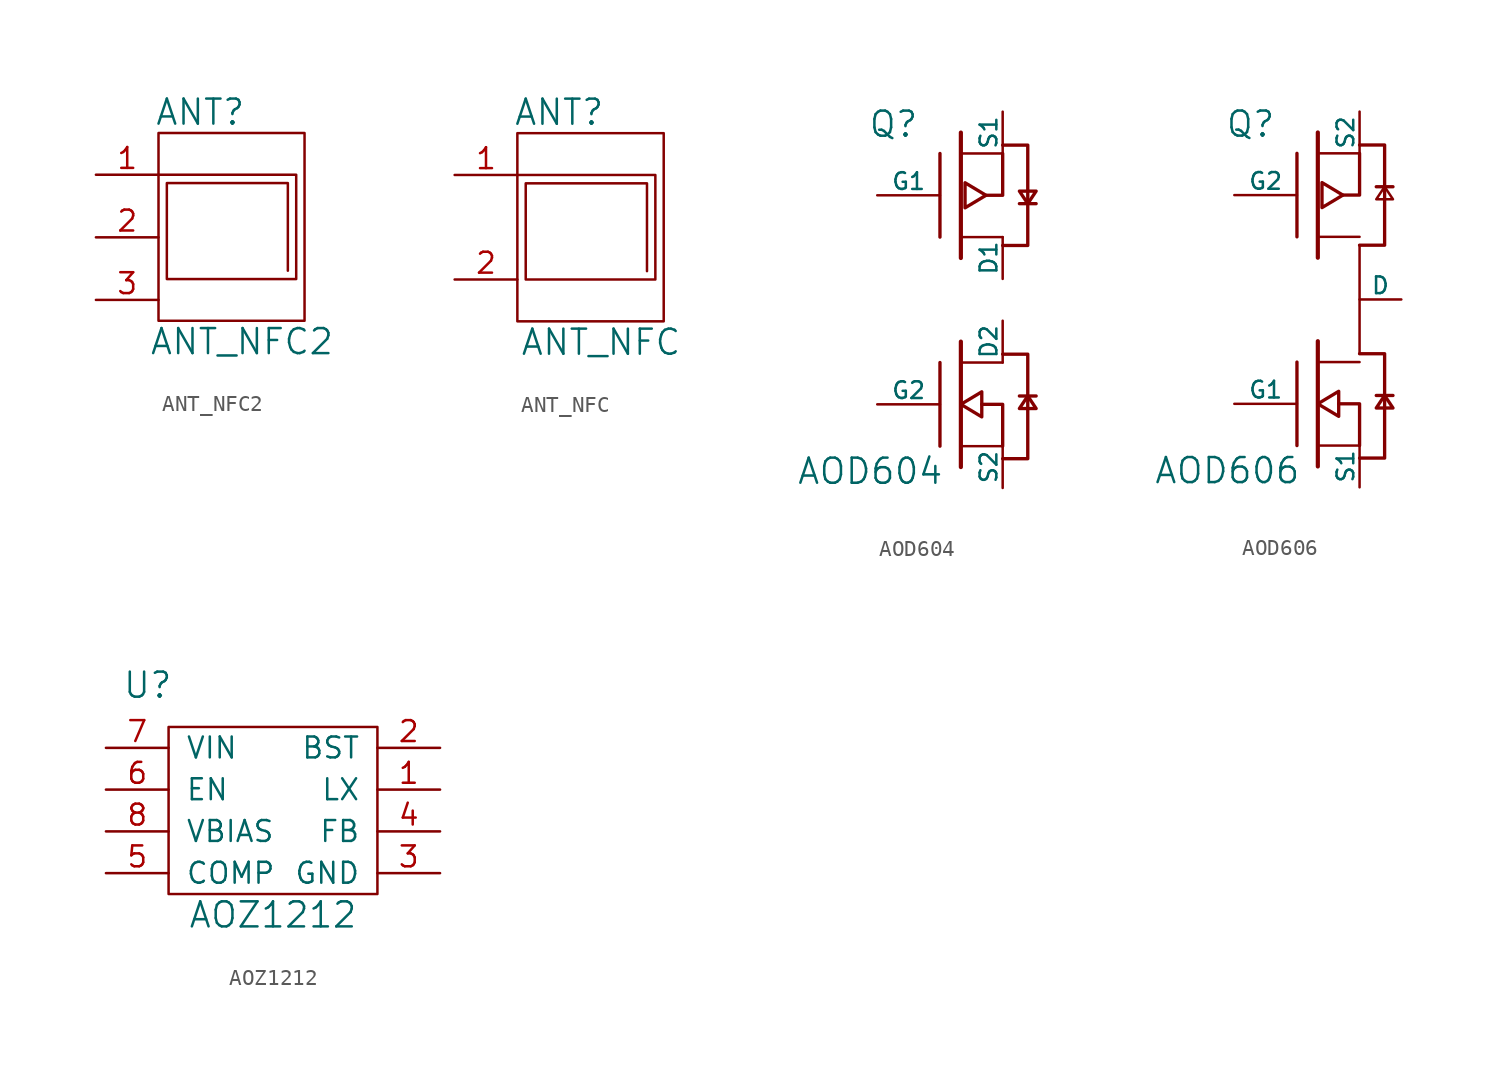
<source format=kicad_sym>
(kicad_symbol_lib
  (version 20211014)
  (generator kicad_symbol_editor)
  (symbol "ANT_NFC2"
    (pin_names
      (offset 1.016))
    (property "Reference" "ANT"
      (at -5.08 5.08 0)
      (effects (font (size 1.524 1.524))))
    (property "Value" "ANT_NFC2"
      (at -2.54 -8.89 0)
      (effects (font (size 1.524 1.524))))
    (property "Footprint" ""
      (at 0 0 0)
      (effects (font (size 1.524 1.524))))
    (property "Datasheet" ""
      (at 0 0 0)
      (effects (font (size 1.524 1.524))))
    (symbol "ANT_NFC2_0_1"
      (rectangle (start -7.62 3.81) (end 1.27 -7.62) (stroke (width 0) (type default) (color 0 0 0 0)) (fill (type none)))
      (polyline (pts (xy -7.62 1.27) (xy 0.762 1.27) (xy 0.762 -5.08) (xy -7.112 -5.08) (xy -7.112 0.762) (xy 0.254 0.762) (xy 0.254 -4.572)) (stroke (width 0) (type default) (color 0 0 0 0)) (fill (type none))))
    (symbol "ANT_NFC2_1_1"
      (pin passive line (at -11.43 1.27 0) (length 3.81) (name "~" (effects (font (size 1.27 1.27)))) (number "1" (effects (font (size 1.27 1.27)))))
      (pin passive line (at -11.43 -2.54 0) (length 3.81) (name "~" (effects (font (size 1.27 1.27)))) (number "2" (effects (font (size 1.27 1.27)))))
      (pin input line (at -11.43 -6.35 0) (length 3.81) (name "~" (effects (font (size 1.27 1.27)))) (number "3" (effects (font (size 1.27 1.27)))))))
  (symbol "ANT_NFC"
    (pin_names
      (offset 1.016))
    (property "Reference" "ANT"
      (at -5.08 5.08 0)
      (effects (font (size 1.524 1.524))))
    (property "Value" "ANT_NFC"
      (at -2.54 -8.89 0)
      (effects (font (size 1.524 1.524))))
    (property "Footprint" ""
      (at 0 0 0)
      (effects (font (size 1.524 1.524))))
    (property "Datasheet" ""
      (at 0 0 0)
      (effects (font (size 1.524 1.524))))
    (symbol "ANT_NFC_0_1"
      (rectangle (start -7.62 3.81) (end 1.27 -7.62) (stroke (width 0) (type default) (color 0 0 0 0)) (fill (type none)))
      (polyline (pts (xy -7.62 1.27) (xy 0.762 1.27) (xy 0.762 -5.08) (xy -7.112 -5.08) (xy -7.112 0.762) (xy 0.254 0.762) (xy 0.254 -4.572)) (stroke (width 0) (type default) (color 0 0 0 0)) (fill (type none))))
    (symbol "ANT_NFC_1_1"
      (pin passive line (at -11.43 1.27 0) (length 3.81) (name "~" (effects (font (size 1.27 1.27)))) (number "1" (effects (font (size 1.27 1.27)))))
      (pin passive line (at -11.43 -5.08 0) (length 3.81) (name "~" (effects (font (size 1.27 1.27)))) (number "2" (effects (font (size 1.27 1.27)))))))
  (symbol "AOD604"
    (pin_numbers hide)
    (pin_names
      (offset 0))
    (property "Reference" "Q"
      (at -5.08 10.668 0)
      (effects (font (size 1.524 1.524)) (justify right)))
    (property "Value" "AOD604"
      (at -3.556 -10.414 0)
      (effects (font (size 1.524 1.524)) (justify right)))
    (property "Footprint" ""
      (at 0 0 0)
      (effects (font (size 1.524 1.524))))
    (property "Datasheet" ""
      (at 0 0 0)
      (effects (font (size 1.524 1.524))))
    (symbol "AOD604_0_1"
      (polyline (pts (xy -3.81 -8.89) (xy -3.81 -3.81)) (stroke (width 0.203) (type default) (color 0 0 0 0)) (fill (type none)))
      (polyline (pts (xy -3.81 3.81) (xy -3.81 8.89)) (stroke (width 0.203) (type default) (color 0 0 0 0)) (fill (type none)))
      (polyline (pts (xy -2.54 -10.16) (xy -2.54 -2.54)) (stroke (width 0.254) (type default) (color 0 0 0 0)) (fill (type none)))
      (polyline (pts (xy -2.54 2.54) (xy -2.54 10.16)) (stroke (width 0.254) (type default) (color 0 0 0 0)) (fill (type none)))
      (polyline (pts (xy 0 -8.89) (xy -2.54 -8.89)) (stroke (width 0) (type default) (color 0 0 0 0)) (fill (type none)))
      (polyline (pts (xy 0 -3.81) (xy -2.54 -3.81)) (stroke (width 0) (type default) (color 0 0 0 0)) (fill (type none)))
      (polyline (pts (xy 0 3.81) (xy -2.54 3.81)) (stroke (width 0) (type default) (color 0 0 0 0)) (fill (type none)))
      (polyline (pts (xy 0 8.89) (xy -2.54 8.89)) (stroke (width 0) (type default) (color 0 0 0 0)) (fill (type none)))
      (polyline (pts (xy 0 -8.89) (xy 0 -6.35) (xy -1.27 -6.35)) (stroke (width 0.203) (type default) (color 0 0 0 0)) (fill (type none)))
      (polyline (pts (xy 1.016 -5.842) (xy 2.032 -5.842) (xy 2.032 -5.842)) (stroke (width 0.203) (type default) (color 0 0 0 0)) (fill (type none)))
      (polyline (pts (xy 2.032 5.842) (xy 1.016 5.842) (xy 1.016 5.842)) (stroke (width 0.203) (type default) (color 0 0 0 0)) (fill (type none)))
      (polyline (pts (xy -1.27 -5.588) (xy -1.27 -7.112) (xy -2.54 -6.35) (xy -1.27 -5.588) (xy -1.27 -5.588)) (stroke (width 0.203) (type default) (color 0 0 0 0)) (fill (type none)))
      (polyline (pts (xy -1.016 6.35) (xy 0 6.35) (xy 0 8.89) (xy 0 8.89) (xy 0 8.89)) (stroke (width 0.203) (type default) (color 0 0 0 0)) (fill (type none)))
      (polyline (pts (xy 0 -3.302) (xy 1.524 -3.302) (xy 1.524 -9.652) (xy 0 -9.652) (xy 0 -9.652)) (stroke (width 0.203) (type default) (color 0 0 0 0)) (fill (type none)))
      (polyline (pts (xy 0 3.302) (xy 1.524 3.302) (xy 1.524 9.398) (xy 0 9.398) (xy 0 9.398)) (stroke (width 0.203) (type default) (color 0 0 0 0)) (fill (type none)))
      (polyline (pts (xy 1.524 -5.842) (xy 1.016 -6.604) (xy 2.032 -6.604) (xy 1.524 -5.842) (xy 1.524 -5.842)) (stroke (width 0.203) (type default) (color 0 0 0 0)) (fill (type none)))
      (polyline (pts (xy -2.286 7.112) (xy -2.286 5.588) (xy -1.016 6.35) (xy -2.286 7.112) (xy -2.286 7.112) (xy -2.286 7.112)) (stroke (width 0.203) (type default) (color 0 0 0 0)) (fill (type none)))
      (polyline (pts (xy 1.016 6.604) (xy 2.032 6.604) (xy 1.524 5.842) (xy 1.016 6.604) (xy 1.016 6.604) (xy 1.016 6.604)) (stroke (width 0.203) (type default) (color 0 0 0 0)) (fill (type none))))
    (symbol "AOD604_1_1"
      (pin input line (at 0 1.27 90) (length 2.54) (name "D1" (effects (font (size 1.016 1.016)))) (number "D1" (effects (font (size 1.016 1.016)))))
      (pin input line (at 0 -1.27 270) (length 2.54) (name "D2" (effects (font (size 1.016 1.016)))) (number "D2" (effects (font (size 1.016 1.016)))))
      (pin input line (at -7.62 6.35 0) (length 3.81) (name "G1" (effects (font (size 1.016 1.016)))) (number "G1" (effects (font (size 1.016 1.016)))))
      (pin input line (at -7.62 -6.35 0) (length 3.81) (name "G2" (effects (font (size 1.016 1.016)))) (number "G2" (effects (font (size 1.016 1.016)))))
      (pin passive line (at 0 11.43 270) (length 2.54) (name "S1" (effects (font (size 1.016 1.016)))) (number "S1" (effects (font (size 1.016 1.016)))))
      (pin passive line (at 0 -11.43 90) (length 2.54) (name "S2" (effects (font (size 1.016 1.016)))) (number "S2" (effects (font (size 1.016 1.016)))))))
  (symbol "AOD606"
    (pin_numbers hide)
    (pin_names
      (offset 0))
    (property "Reference" "Q"
      (at -5.08 10.668 0)
      (effects (font (size 1.524 1.524)) (justify right)))
    (property "Value" "AOD606"
      (at -3.556 -10.414 0)
      (effects (font (size 1.524 1.524)) (justify right)))
    (property "Footprint" ""
      (at 0 0 0)
      (effects (font (size 1.524 1.524))))
    (property "Datasheet" ""
      (at 0 0 0)
      (effects (font (size 1.524 1.524))))
    (symbol "AOD606_0_1"
      (polyline (pts (xy -3.81 -8.89) (xy -3.81 -3.81)) (stroke (width 0.203) (type default) (color 0 0 0 0)) (fill (type none)))
      (polyline (pts (xy -3.81 3.81) (xy -3.81 8.89)) (stroke (width 0.203) (type default) (color 0 0 0 0)) (fill (type none)))
      (polyline (pts (xy -2.54 -10.16) (xy -2.54 -2.54)) (stroke (width 0.254) (type default) (color 0 0 0 0)) (fill (type none)))
      (polyline (pts (xy -2.54 2.54) (xy -2.54 10.16)) (stroke (width 0.254) (type default) (color 0 0 0 0)) (fill (type none)))
      (polyline (pts (xy 0 -8.89) (xy -2.54 -8.89)) (stroke (width 0) (type default) (color 0 0 0 0)) (fill (type none)))
      (polyline (pts (xy 0 -3.81) (xy -2.54 -3.81)) (stroke (width 0) (type default) (color 0 0 0 0)) (fill (type none)))
      (polyline (pts (xy 0 3.81) (xy -2.54 3.81)) (stroke (width 0) (type default) (color 0 0 0 0)) (fill (type none)))
      (polyline (pts (xy 0 8.89) (xy -2.54 8.89)) (stroke (width 0) (type default) (color 0 0 0 0)) (fill (type none)))
      (polyline (pts (xy 0 -8.89) (xy 0 -6.35) (xy -1.27 -6.35)) (stroke (width 0.203) (type default) (color 0 0 0 0)) (fill (type none)))
      (polyline (pts (xy 1.016 -5.842) (xy 2.032 -5.842) (xy 2.032 -5.842)) (stroke (width 0.203) (type default) (color 0 0 0 0)) (fill (type none)))
      (polyline (pts (xy 2.032 6.858) (xy 1.016 6.858) (xy 1.016 6.858)) (stroke (width 0.203) (type default) (color 0 0 0 0)) (fill (type none)))
      (polyline (pts (xy 0 3.302) (xy 0 -3.302) (xy 0 -3.302) (xy 0 -3.302)) (stroke (width 0) (type default) (color 0 0 0 0)) (fill (type none)))
      (polyline (pts (xy -1.27 -5.588) (xy -1.27 -7.112) (xy -2.54 -6.35) (xy -1.27 -5.588) (xy -1.27 -5.588)) (stroke (width 0.203) (type default) (color 0 0 0 0)) (fill (type none)))
      (polyline (pts (xy -1.016 6.35) (xy 0 6.35) (xy 0 8.89) (xy 0 8.89) (xy 0 8.89)) (stroke (width 0.203) (type default) (color 0 0 0 0)) (fill (type none)))
      (polyline (pts (xy 0 -3.302) (xy 1.524 -3.302) (xy 1.524 -9.652) (xy 0 -9.652) (xy 0 -9.652)) (stroke (width 0.203) (type default) (color 0 0 0 0)) (fill (type none)))
      (polyline (pts (xy 0 3.302) (xy 1.524 3.302) (xy 1.524 9.398) (xy 0 9.398) (xy 0 9.398)) (stroke (width 0.203) (type default) (color 0 0 0 0)) (fill (type none)))
      (polyline (pts (xy 1.524 -5.842) (xy 1.016 -6.604) (xy 2.032 -6.604) (xy 1.524 -5.842) (xy 1.524 -5.842)) (stroke (width 0.203) (type default) (color 0 0 0 0)) (fill (type none)))
      (polyline (pts (xy -2.286 7.112) (xy -2.286 5.588) (xy -1.016 6.35) (xy -2.286 7.112) (xy -2.286 7.112) (xy -2.286 7.112)) (stroke (width 0.203) (type default) (color 0 0 0 0)) (fill (type none)))
      (polyline (pts (xy 1.524 6.858) (xy 1.016 6.096) (xy 2.032 6.096) (xy 1.524 6.858) (xy 1.524 6.858) (xy 1.524 6.858)) (stroke (width 0) (type default) (color 0 0 0 0)) (fill (type none))))
    (symbol "AOD606_1_1"
      (pin input line (at 2.54 0 180) (length 2.54) (name "D" (effects (font (size 1.016 1.016)))) (number "D" (effects (font (size 1.016 1.016)))))
      (pin input line (at -7.62 -6.35 0) (length 3.81) (name "G1" (effects (font (size 1.016 1.016)))) (number "G1" (effects (font (size 1.016 1.016)))))
      (pin input line (at -7.62 6.35 0) (length 3.81) (name "G2" (effects (font (size 1.016 1.016)))) (number "G2" (effects (font (size 1.016 1.016)))))
      (pin passive line (at 0 -11.43 90) (length 2.54) (name "S1" (effects (font (size 1.016 1.016)))) (number "S1" (effects (font (size 1.016 1.016)))))
      (pin passive line (at 0 11.43 270) (length 2.54) (name "S2" (effects (font (size 1.016 1.016)))) (number "S2" (effects (font (size 1.016 1.016)))))))
  (symbol "AOZ1212"
    (pin_names
      (offset 1.016))
    (property "Reference" "U"
      (at -7.62 13.97 0)
      (effects (font (size 1.524 1.524))))
    (property "Value" "AOZ1212"
      (at 0 0 0)
      (effects (font (size 1.524 1.524))))
    (property "Footprint" ""
      (at 0 0 0)
      (effects (font (size 1.524 1.524))))
    (property "Datasheet" ""
      (at 0 0 0)
      (effects (font (size 1.524 1.524))))
    (symbol "AOZ1212_0_1"
      (rectangle (start -6.35 11.43) (end 6.35 1.27) (stroke (width 0) (type default) (color 0 0 0 0)) (fill (type none))))
    (symbol "AOZ1212_1_1"
      (pin passive line (at 10.16 7.62 180) (length 3.81) (name "LX" (effects (font (size 1.27 1.27)))) (number "1" (effects (font (size 1.27 1.27)))))
      (pin passive line (at 10.16 10.16 180) (length 3.81) (name "BST" (effects (font (size 1.27 1.27)))) (number "2" (effects (font (size 1.27 1.27)))))
      (pin passive line (at 10.16 2.54 180) (length 3.81) (name "GND" (effects (font (size 1.27 1.27)))) (number "3" (effects (font (size 1.27 1.27)))))
      (pin passive line (at 10.16 5.08 180) (length 3.81) (name "FB" (effects (font (size 1.27 1.27)))) (number "4" (effects (font (size 1.27 1.27)))))
      (pin passive line (at -10.16 2.54 0) (length 3.81) (name "COMP" (effects (font (size 1.27 1.27)))) (number "5" (effects (font (size 1.27 1.27)))))
      (pin passive line (at -10.16 7.62 0) (length 3.81) (name "EN" (effects (font (size 1.27 1.27)))) (number "6" (effects (font (size 1.27 1.27)))))
      (pin passive line (at -10.16 10.16 0) (length 3.81) (name "VIN" (effects (font (size 1.27 1.27)))) (number "7" (effects (font (size 1.27 1.27)))))
      (pin passive line (at -10.16 5.08 0) (length 3.81) (name "VBIAS" (effects (font (size 1.27 1.27)))) (number "8" (effects (font (size 1.27 1.27))))))))
</source>
